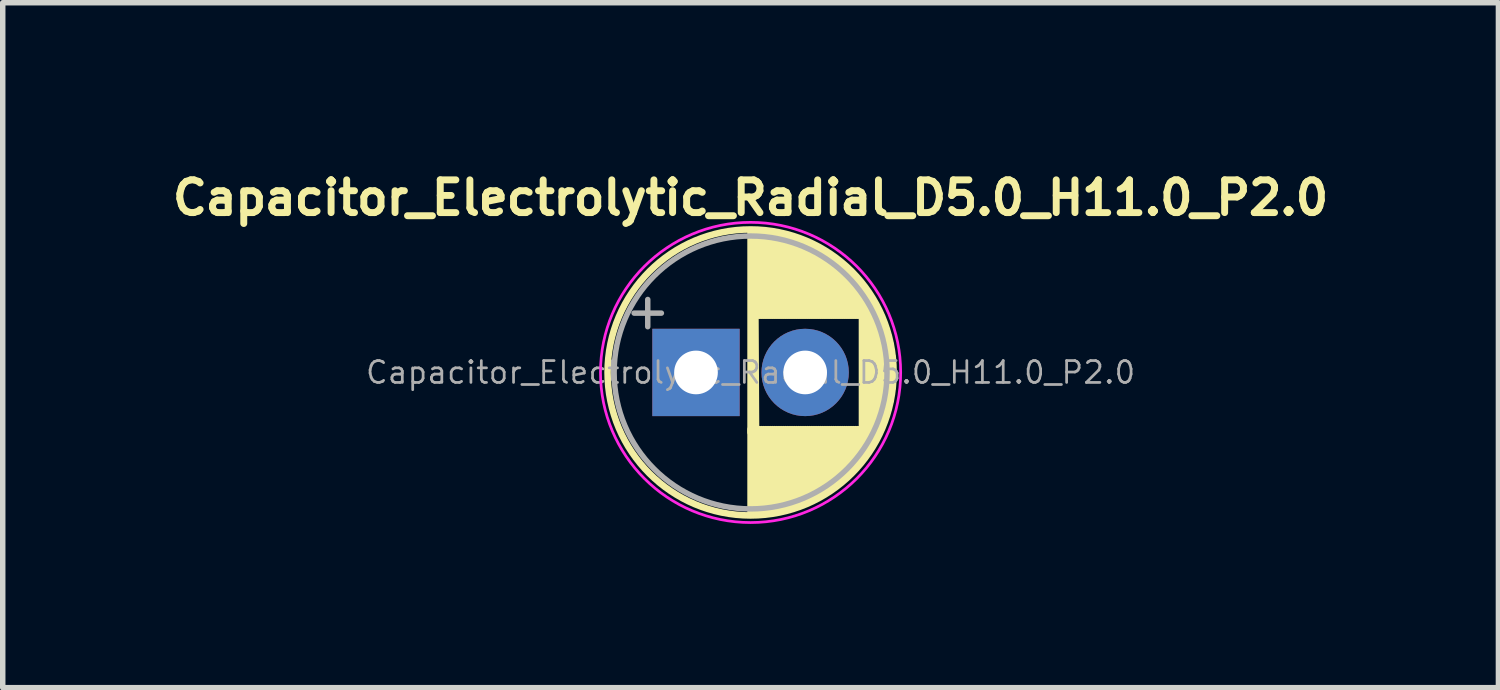
<source format=kicad_pcb>
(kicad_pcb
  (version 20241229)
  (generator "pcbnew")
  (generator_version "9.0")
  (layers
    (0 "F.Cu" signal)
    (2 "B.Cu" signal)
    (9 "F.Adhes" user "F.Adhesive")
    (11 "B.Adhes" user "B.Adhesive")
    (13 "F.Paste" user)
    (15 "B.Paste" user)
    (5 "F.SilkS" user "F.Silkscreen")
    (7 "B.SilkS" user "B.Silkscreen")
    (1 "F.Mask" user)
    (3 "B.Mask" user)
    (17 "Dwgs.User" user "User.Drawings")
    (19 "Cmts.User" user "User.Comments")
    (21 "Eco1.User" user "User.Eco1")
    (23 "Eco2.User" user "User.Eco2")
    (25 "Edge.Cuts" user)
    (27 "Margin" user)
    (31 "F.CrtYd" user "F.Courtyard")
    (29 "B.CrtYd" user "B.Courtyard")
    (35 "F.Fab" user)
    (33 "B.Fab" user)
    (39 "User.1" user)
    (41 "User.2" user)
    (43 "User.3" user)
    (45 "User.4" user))
  (footprint "Capacitor_Electrolytic_Radial_D5.0_H11.0_P2.0"
    (layer "F.Cu")
    (at 10.702 3.774)
    (property "Reference" "Capacitor_Electrolytic_Radial_D5.0_H11.0_P2.0" (at 0 -3.2 0) (layer "F.SilkS") (effects (font (size 0.6 0.6) (thickness 0.127))))
    (attr through_hole)
    (fp_line (start 0 -2.58) (end 0 1.1) (stroke (width 0.12) (type solid)) (layer "F.SilkS"))
    (fp_line (start 0 1.04) (end 0 2.58) (stroke (width 0.12) (type solid)) (layer "F.SilkS"))
    (fp_line (start 0.04 -2.58) (end 0.04 -1.04) (stroke (width 0.12) (type solid)) (layer "F.SilkS"))
    (fp_line (start 0.04 1.04) (end 0.04 2.58) (stroke (width 0.12) (type solid)) (layer "F.SilkS"))
    (fp_line (start 0.08 -2.579) (end 0.1 1.1) (stroke (width 0.12) (type solid)) (layer "F.SilkS"))
    (fp_line (start 0.08 1.04) (end 0.08 2.579) (stroke (width 0.12) (type solid)) (layer "F.SilkS"))
    (fp_line (start 0.12 -2.578) (end 0.12 -1.04) (stroke (width 0.12) (type solid)) (layer "F.SilkS"))
    (fp_line (start 0.12 1.04) (end 0.12 2.578) (stroke (width 0.12) (type solid)) (layer "F.SilkS"))
    (fp_line (start 0.16 -2.576) (end 0.16 -1.04) (stroke (width 0.12) (type solid)) (layer "F.SilkS"))
    (fp_line (start 0.16 1.04) (end 0.16 2.576) (stroke (width 0.12) (type solid)) (layer "F.SilkS"))
    (fp_line (start 0.2 -2.573) (end 0.2 -1.04) (stroke (width 0.12) (type solid)) (layer "F.SilkS"))
    (fp_line (start 0.2 1.04) (end 0.2 2.573) (stroke (width 0.12) (type solid)) (layer "F.SilkS"))
    (fp_line (start 0.24 -2.569) (end 0.24 -1.04) (stroke (width 0.12) (type solid)) (layer "F.SilkS"))
    (fp_line (start 0.24 1.04) (end 0.24 2.569) (stroke (width 0.12) (type solid)) (layer "F.SilkS"))
    (fp_line (start 0.28 -2.565) (end 0.28 -1.04) (stroke (width 0.12) (type solid)) (layer "F.SilkS"))
    (fp_line (start 0.28 1.04) (end 0.28 2.565) (stroke (width 0.12) (type solid)) (layer "F.SilkS"))
    (fp_line (start 0.32 -2.561) (end 0.32 -1.04) (stroke (width 0.12) (type solid)) (layer "F.SilkS"))
    (fp_line (start 0.32 1.04) (end 0.32 2.561) (stroke (width 0.12) (type solid)) (layer "F.SilkS"))
    (fp_line (start 0.36 -2.556) (end 0.36 -1.04) (stroke (width 0.12) (type solid)) (layer "F.SilkS"))
    (fp_line (start 0.36 1.04) (end 0.36 2.556) (stroke (width 0.12) (type solid)) (layer "F.SilkS"))
    (fp_line (start 0.4 -2.55) (end 0.4 -1.04) (stroke (width 0.12) (type solid)) (layer "F.SilkS"))
    (fp_line (start 0.4 1.04) (end 0.4 2.55) (stroke (width 0.12) (type solid)) (layer "F.SilkS"))
    (fp_line (start 0.44 -2.543) (end 0.44 -1.04) (stroke (width 0.12) (type solid)) (layer "F.SilkS"))
    (fp_line (start 0.44 1.04) (end 0.44 2.543) (stroke (width 0.12) (type solid)) (layer "F.SilkS"))
    (fp_line (start 0.48 -2.536) (end 0.48 -1.04) (stroke (width 0.12) (type solid)) (layer "F.SilkS"))
    (fp_line (start 0.48 1.04) (end 0.48 2.536) (stroke (width 0.12) (type solid)) (layer "F.SilkS"))
    (fp_line (start 0.52 -2.528) (end 0.52 -1.04) (stroke (width 0.12) (type solid)) (layer "F.SilkS"))
    (fp_line (start 0.52 1.04) (end 0.52 2.528) (stroke (width 0.12) (type solid)) (layer "F.SilkS"))
    (fp_line (start 0.56 -2.52) (end 0.56 -1.04) (stroke (width 0.12) (type solid)) (layer "F.SilkS"))
    (fp_line (start 0.56 1.04) (end 0.56 2.52) (stroke (width 0.12) (type solid)) (layer "F.SilkS"))
    (fp_line (start 0.6 -2.511) (end 0.6 -1.04) (stroke (width 0.12) (type solid)) (layer "F.SilkS"))
    (fp_line (start 0.6 1.04) (end 0.6 2.511) (stroke (width 0.12) (type solid)) (layer "F.SilkS"))
    (fp_line (start 0.64 -2.501) (end 0.64 -1.04) (stroke (width 0.12) (type solid)) (layer "F.SilkS"))
    (fp_line (start 0.64 1.04) (end 0.64 2.501) (stroke (width 0.12) (type solid)) (layer "F.SilkS"))
    (fp_line (start 0.68 -2.491) (end 0.68 -1.04) (stroke (width 0.12) (type solid)) (layer "F.SilkS"))
    (fp_line (start 0.68 1.04) (end 0.68 2.491) (stroke (width 0.12) (type solid)) (layer "F.SilkS"))
    (fp_line (start 0.721 -2.48) (end 0.721 -1.04) (stroke (width 0.12) (type solid)) (layer "F.SilkS"))
    (fp_line (start 0.721 1.04) (end 0.721 2.48) (stroke (width 0.12) (type solid)) (layer "F.SilkS"))
    (fp_line (start 0.761 -2.468) (end 0.761 -1.04) (stroke (width 0.12) (type solid)) (layer "F.SilkS"))
    (fp_line (start 0.761 1.04) (end 0.761 2.468) (stroke (width 0.12) (type solid)) (layer "F.SilkS"))
    (fp_line (start 0.801 -2.455) (end 0.801 -1.04) (stroke (width 0.12) (type solid)) (layer "F.SilkS"))
    (fp_line (start 0.801 1.04) (end 0.801 2.455) (stroke (width 0.12) (type solid)) (layer "F.SilkS"))
    (fp_line (start 0.841 -2.442) (end 0.841 -1.04) (stroke (width 0.12) (type solid)) (layer "F.SilkS"))
    (fp_line (start 0.841 1.04) (end 0.841 2.442) (stroke (width 0.12) (type solid)) (layer "F.SilkS"))
    (fp_line (start 0.881 -2.428) (end 0.881 -1.04) (stroke (width 0.12) (type solid)) (layer "F.SilkS"))
    (fp_line (start 0.881 1.04) (end 0.881 2.428) (stroke (width 0.12) (type solid)) (layer "F.SilkS"))
    (fp_line (start 0.921 -2.414) (end 0.921 -1.04) (stroke (width 0.12) (type solid)) (layer "F.SilkS"))
    (fp_line (start 0.921 1.04) (end 0.921 2.414) (stroke (width 0.12) (type solid)) (layer "F.SilkS"))
    (fp_line (start 0.961 -2.398) (end 0.961 -1.04) (stroke (width 0.12) (type solid)) (layer "F.SilkS"))
    (fp_line (start 0.961 1.04) (end 0.961 2.398) (stroke (width 0.12) (type solid)) (layer "F.SilkS"))
    (fp_line (start 1.001 -2.382) (end 1.001 -1.04) (stroke (width 0.12) (type solid)) (layer "F.SilkS"))
    (fp_line (start 1.001 1.04) (end 1.001 2.382) (stroke (width 0.12) (type solid)) (layer "F.SilkS"))
    (fp_line (start 1.041 -2.365) (end 1.041 -1.04) (stroke (width 0.12) (type solid)) (layer "F.SilkS"))
    (fp_line (start 1.041 1.04) (end 1.041 2.365) (stroke (width 0.12) (type solid)) (layer "F.SilkS"))
    (fp_line (start 1.081 -2.348) (end 1.081 -1.04) (stroke (width 0.12) (type solid)) (layer "F.SilkS"))
    (fp_line (start 1.081 1.04) (end 1.081 2.348) (stroke (width 0.12) (type solid)) (layer "F.SilkS"))
    (fp_line (start 1.121 -2.329) (end 1.121 -1.04) (stroke (width 0.12) (type solid)) (layer "F.SilkS"))
    (fp_line (start 1.121 1.04) (end 1.121 2.329) (stroke (width 0.12) (type solid)) (layer "F.SilkS"))
    (fp_line (start 1.161 -2.31) (end 1.161 -1.04) (stroke (width 0.12) (type solid)) (layer "F.SilkS"))
    (fp_line (start 1.161 1.04) (end 1.161 2.31) (stroke (width 0.12) (type solid)) (layer "F.SilkS"))
    (fp_line (start 1.201 -2.29) (end 1.201 -1.04) (stroke (width 0.12) (type solid)) (layer "F.SilkS"))
    (fp_line (start 1.201 1.04) (end 1.201 2.29) (stroke (width 0.12) (type solid)) (layer "F.SilkS"))
    (fp_line (start 1.241 -2.268) (end 1.241 -1.04) (stroke (width 0.12) (type solid)) (layer "F.SilkS"))
    (fp_line (start 1.241 1.04) (end 1.241 2.268) (stroke (width 0.12) (type solid)) (layer "F.SilkS"))
    (fp_line (start 1.281 -2.247) (end 1.281 -1.04) (stroke (width 0.12) (type solid)) (layer "F.SilkS"))
    (fp_line (start 1.281 1.04) (end 1.281 2.247) (stroke (width 0.12) (type solid)) (layer "F.SilkS"))
    (fp_line (start 1.321 -2.224) (end 1.321 -1.04) (stroke (width 0.12) (type solid)) (layer "F.SilkS"))
    (fp_line (start 1.321 1.04) (end 1.321 2.224) (stroke (width 0.12) (type solid)) (layer "F.SilkS"))
    (fp_line (start 1.361 -2.2) (end 1.361 -1.04) (stroke (width 0.12) (type solid)) (layer "F.SilkS"))
    (fp_line (start 1.361 1.04) (end 1.361 2.2) (stroke (width 0.12) (type solid)) (layer "F.SilkS"))
    (fp_line (start 1.401 -2.175) (end 1.401 -1.04) (stroke (width 0.12) (type solid)) (layer "F.SilkS"))
    (fp_line (start 1.401 1.04) (end 1.401 2.175) (stroke (width 0.12) (type solid)) (layer "F.SilkS"))
    (fp_line (start 1.441 -2.149) (end 1.441 -1.04) (stroke (width 0.12) (type solid)) (layer "F.SilkS"))
    (fp_line (start 1.441 1.04) (end 1.441 2.149) (stroke (width 0.12) (type solid)) (layer "F.SilkS"))
    (fp_line (start 1.481 -2.122) (end 1.481 -1.04) (stroke (width 0.12) (type solid)) (layer "F.SilkS"))
    (fp_line (start 1.481 1.04) (end 1.481 2.122) (stroke (width 0.12) (type solid)) (layer "F.SilkS"))
    (fp_line (start 1.521 -2.095) (end 1.521 -1.04) (stroke (width 0.12) (type solid)) (layer "F.SilkS"))
    (fp_line (start 1.521 1.04) (end 1.521 2.095) (stroke (width 0.12) (type solid)) (layer "F.SilkS"))
    (fp_line (start 1.561 -2.065) (end 1.561 -1.04) (stroke (width 0.12) (type solid)) (layer "F.SilkS"))
    (fp_line (start 1.561 1.04) (end 1.561 2.065) (stroke (width 0.12) (type solid)) (layer "F.SilkS"))
    (fp_line (start 1.601 -2.035) (end 1.601 -1.04) (stroke (width 0.12) (type solid)) (layer "F.SilkS"))
    (fp_line (start 1.601 1.04) (end 1.601 2.035) (stroke (width 0.12) (type solid)) (layer "F.SilkS"))
    (fp_line (start 1.641 -2.004) (end 1.641 -1.04) (stroke (width 0.12) (type solid)) (layer "F.SilkS"))
    (fp_line (start 1.641 1.04) (end 1.641 2.004) (stroke (width 0.12) (type solid)) (layer "F.SilkS"))
    (fp_line (start 1.681 -1.971) (end 1.681 -1.04) (stroke (width 0.12) (type solid)) (layer "F.SilkS"))
    (fp_line (start 1.681 1.04) (end 1.681 1.971) (stroke (width 0.12) (type solid)) (layer "F.SilkS"))
    (fp_line (start 1.721 -1.937) (end 1.721 -1.04) (stroke (width 0.12) (type solid)) (layer "F.SilkS"))
    (fp_line (start 1.721 1.04) (end 1.721 1.937) (stroke (width 0.12) (type solid)) (layer "F.SilkS"))
    (fp_line (start 1.761 -1.901) (end 1.761 -1.04) (stroke (width 0.12) (type solid)) (layer "F.SilkS"))
    (fp_line (start 1.761 1.04) (end 1.761 1.901) (stroke (width 0.12) (type solid)) (layer "F.SilkS"))
    (fp_line (start 1.801 -1.864) (end 1.801 -1.04) (stroke (width 0.12) (type solid)) (layer "F.SilkS"))
    (fp_line (start 1.801 1.04) (end 1.801 1.864) (stroke (width 0.12) (type solid)) (layer "F.SilkS"))
    (fp_line (start 1.841 -1.826) (end 1.841 -1.04) (stroke (width 0.12) (type solid)) (layer "F.SilkS"))
    (fp_line (start 1.841 1.04) (end 1.841 1.826) (stroke (width 0.12) (type solid)) (layer "F.SilkS"))
    (fp_line (start 1.881 -1.785) (end 1.881 -1.04) (stroke (width 0.12) (type solid)) (layer "F.SilkS"))
    (fp_line (start 1.881 1.04) (end 1.881 1.785) (stroke (width 0.12) (type solid)) (layer "F.SilkS"))
    (fp_line (start 1.921 -1.743) (end 1.921 -1.04) (stroke (width 0.12) (type solid)) (layer "F.SilkS"))
    (fp_line (start 1.921 1.04) (end 1.921 1.743) (stroke (width 0.12) (type solid)) (layer "F.SilkS"))
    (fp_line (start 1.961 -1.699) (end 1.961 -1.04) (stroke (width 0.12) (type solid)) (layer "F.SilkS"))
    (fp_line (start 1.961 1.04) (end 1.961 1.699) (stroke (width 0.12) (type solid)) (layer "F.SilkS"))
    (fp_line (start 2.001 -1.653) (end 2.001 -1.04) (stroke (width 0.12) (type solid)) (layer "F.SilkS"))
    (fp_line (start 2.001 1.04) (end 2.001 1.653) (stroke (width 0.12) (type solid)) (layer "F.SilkS"))
    (fp_line (start 2.041 -1.605) (end 2.041 1.605) (stroke (width 0.12) (type solid)) (layer "F.SilkS"))
    (fp_line (start 2.081 -1.554) (end 2.081 1.554) (stroke (width 0.12) (type solid)) (layer "F.SilkS"))
    (fp_line (start 2.121 -1.5) (end 2.121 1.5) (stroke (width 0.12) (type solid)) (layer "F.SilkS"))
    (fp_line (start 2.161 -1.443) (end 2.161 1.443) (stroke (width 0.12) (type solid)) (layer "F.SilkS"))
    (fp_line (start 2.201 -1.383) (end 2.201 1.383) (stroke (width 0.12) (type solid)) (layer "F.SilkS"))
    (fp_line (start 2.241 -1.319) (end 2.241 1.319) (stroke (width 0.12) (type solid)) (layer "F.SilkS"))
    (fp_line (start 2.281 -1.251) (end 2.281 1.251) (stroke (width 0.12) (type solid)) (layer "F.SilkS"))
    (fp_line (start 2.321 -1.178) (end 2.321 1.178) (stroke (width 0.12) (type solid)) (layer "F.SilkS"))
    (fp_line (start 2.361 -1.098) (end 2.361 1.098) (stroke (width 0.12) (type solid)) (layer "F.SilkS"))
    (fp_line (start 2.401 -1.011) (end 2.401 1.011) (stroke (width 0.12) (type solid)) (layer "F.SilkS"))
    (fp_line (start 2.441 -0.915) (end 2.441 0.915) (stroke (width 0.12) (type solid)) (layer "F.SilkS"))
    (fp_line (start 2.481 -0.805) (end 2.481 0.805) (stroke (width 0.12) (type solid)) (layer "F.SilkS"))
    (fp_line (start 2.521 -0.677) (end 2.521 0.677) (stroke (width 0.12) (type solid)) (layer "F.SilkS"))
    (fp_line (start 2.561 -0.518) (end 2.561 0.518) (stroke (width 0.12) (type solid)) (layer "F.SilkS"))
    (fp_line (start 2.601 -0.284) (end 2.601 0.284) (stroke (width 0.12) (type solid)) (layer "F.SilkS"))
    (fp_circle (center 0 0) (end 2.62 0) (stroke (width 0.12) (type solid)) (fill no) (layer "F.SilkS"))
    (fp_circle (center 0 0) (end 2.75 0) (stroke (width 0.05) (type solid)) (fill no) (layer "F.CrtYd"))
    (fp_line (start -2.134 -1.087) (end -1.634 -1.087) (stroke (width 0.1) (type solid)) (layer "F.Fab"))
    (fp_line (start -1.884 -1.337) (end -1.884 -0.838) (stroke (width 0.1) (type solid)) (layer "F.Fab"))
    (fp_circle (center 0 0) (end 2.5 0) (stroke (width 0.1) (type solid)) (fill no) (layer "F.Fab"))
    (fp_text user "${REFERENCE}" (at 0 0 0) (layer "F.Fab") (effects (font (size 0.4 0.4) (thickness 0.05))))
    (pad "1" thru_hole rect (at -1 0) (size 1.6 1.6) (drill 0.8) (layers "*.Cu" "*.Mask"))
    (pad "2" thru_hole circle (at 1 0) (size 1.6 1.6) (drill 0.8) (layers "*.Cu" "*.Mask")))
  (gr_rect
    (start -3 -3)
    (end 24.404 9.549)
    (stroke (width 0.1) (type default))
    (fill no)
    (layer "Edge.Cuts")))
</source>
